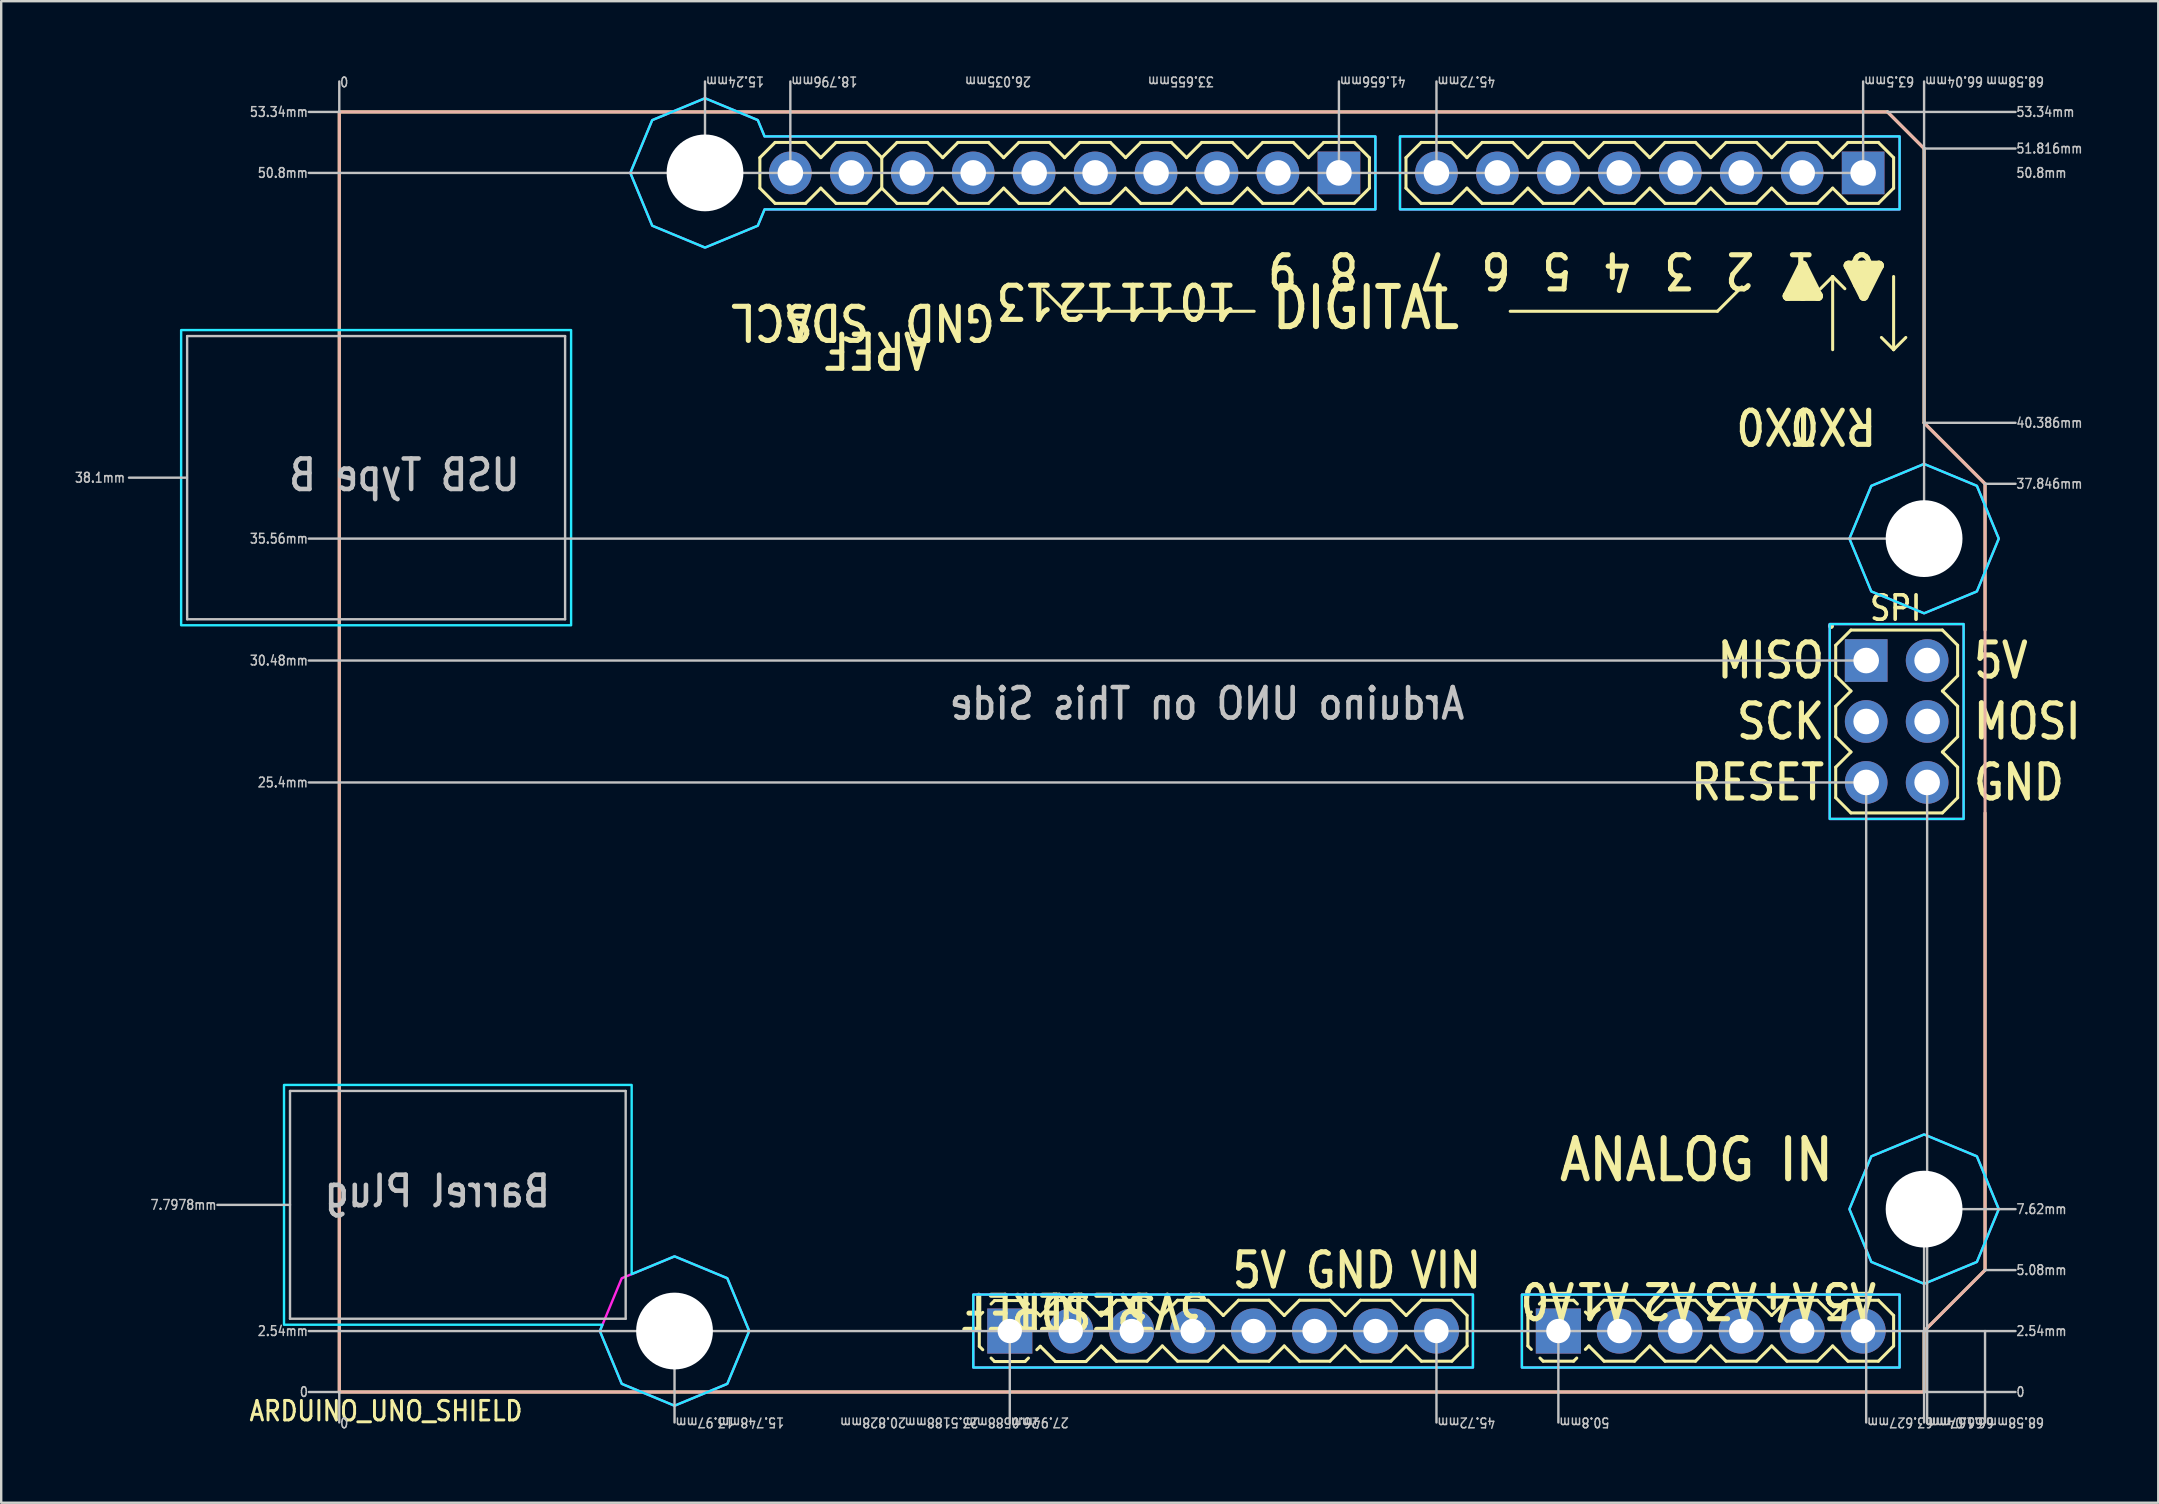
<source format=kicad_pcb>
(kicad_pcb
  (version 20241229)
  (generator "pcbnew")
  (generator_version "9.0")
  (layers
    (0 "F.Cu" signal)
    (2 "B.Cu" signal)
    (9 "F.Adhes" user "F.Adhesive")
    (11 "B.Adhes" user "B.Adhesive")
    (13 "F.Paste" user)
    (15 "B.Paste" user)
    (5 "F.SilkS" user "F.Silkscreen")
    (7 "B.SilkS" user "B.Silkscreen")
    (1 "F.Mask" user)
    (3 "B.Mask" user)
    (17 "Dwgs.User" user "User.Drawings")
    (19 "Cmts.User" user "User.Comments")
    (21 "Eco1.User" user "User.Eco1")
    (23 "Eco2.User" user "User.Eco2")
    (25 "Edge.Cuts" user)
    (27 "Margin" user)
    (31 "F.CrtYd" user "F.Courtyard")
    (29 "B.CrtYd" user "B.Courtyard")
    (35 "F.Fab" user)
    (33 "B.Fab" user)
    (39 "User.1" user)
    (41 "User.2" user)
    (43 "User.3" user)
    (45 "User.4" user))
  (footprint "ARDUINO_UNO_SHIELD"
    (layer "F.Cu")
    (at 11.088 54.955)
    (property "Reference" "ARDUINO_UNO_SHIELD" (at -3.81 1.27 0) (unlocked yes) (layer "F.SilkS") (effects (font (size 0.813 0.695) (thickness 0.122)) (justify left bottom)))
    (fp_circle (center 13.97 -2.54) (end 16.82 -2.54) (stroke (width 0) (type solid)) (fill yes) (layer "F.Mask"))
    (fp_circle (center 13.97 -2.54) (end 16.82 -2.54) (stroke (width 0) (type solid)) (fill yes) (layer "F.Mask"))
    (fp_circle (center 15.24 -50.8) (end 18.09 -50.8) (stroke (width 0) (type solid)) (fill yes) (layer "F.Mask"))
    (fp_circle (center 15.24 -50.8) (end 18.09 -50.8) (stroke (width 0) (type solid)) (fill yes) (layer "F.Mask"))
    (fp_circle (center 66.04 -35.56) (end 68.89 -35.56) (stroke (width 0) (type solid)) (fill yes) (layer "F.Mask"))
    (fp_circle (center 66.04 -35.56) (end 68.89 -35.56) (stroke (width 0) (type solid)) (fill yes) (layer "F.Mask"))
    (fp_circle (center 66.04 -7.62) (end 68.89 -7.62) (stroke (width 0) (type solid)) (fill yes) (layer "F.Mask"))
    (fp_circle (center 66.04 -7.62) (end 68.89 -7.62) (stroke (width 0) (type solid)) (fill yes) (layer "F.Mask"))
    (fp_circle (center 13.97 -2.54) (end 16.82 -2.54) (stroke (width 0) (type solid)) (fill yes) (layer "B.Mask"))
    (fp_circle (center 15.24 -50.8) (end 18.09 -50.8) (stroke (width 0) (type solid)) (fill yes) (layer "B.Mask"))
    (fp_circle (center 66.04 -35.56) (end 68.89 -35.56) (stroke (width 0) (type solid)) (fill yes) (layer "B.Mask"))
    (fp_circle (center 66.04 -7.62) (end 68.89 -7.62) (stroke (width 0) (type solid)) (fill yes) (layer "B.Mask"))
    (fp_line (start 0 -53.34) (end 64.516 -53.34) (stroke (width 0.127) (type solid)) (layer "F.SilkS"))
    (fp_line (start 0 0) (end 0 -53.34) (stroke (width 0.127) (type solid)) (layer "F.SilkS"))
    (fp_line (start 17.526 -51.435) (end 17.526 -50.165) (stroke (width 0.127) (type solid)) (layer "F.SilkS"))
    (fp_line (start 17.526 -50.165) (end 18.161 -49.53) (stroke (width 0.127) (type solid)) (layer "F.SilkS"))
    (fp_line (start 18.161 -52.07) (end 17.526 -51.435) (stroke (width 0.127) (type solid)) (layer "F.SilkS"))
    (fp_line (start 18.161 -49.53) (end 19.431 -49.53) (stroke (width 0.127) (type solid)) (layer "F.SilkS"))
    (fp_line (start 19.431 -52.07) (end 18.161 -52.07) (stroke (width 0.127) (type solid)) (layer "F.SilkS"))
    (fp_line (start 19.431 -49.53) (end 20.066 -50.165) (stroke (width 0.127) (type solid)) (layer "F.SilkS"))
    (fp_line (start 20.066 -51.435) (end 19.431 -52.07) (stroke (width 0.127) (type solid)) (layer "F.SilkS"))
    (fp_line (start 20.066 -50.165) (end 20.701 -49.53) (stroke (width 0.127) (type solid)) (layer "F.SilkS"))
    (fp_line (start 20.701 -52.07) (end 20.066 -51.435) (stroke (width 0.127) (type solid)) (layer "F.SilkS"))
    (fp_line (start 20.701 -49.53) (end 21.971 -49.53) (stroke (width 0.127) (type solid)) (layer "F.SilkS"))
    (fp_line (start 21.971 -52.07) (end 20.701 -52.07) (stroke (width 0.127) (type solid)) (layer "F.SilkS"))
    (fp_line (start 21.971 -49.53) (end 22.606 -50.165) (stroke (width 0.127) (type solid)) (layer "F.SilkS"))
    (fp_line (start 22.606 -51.435) (end 21.971 -52.07) (stroke (width 0.127) (type solid)) (layer "F.SilkS"))
    (fp_line (start 22.606 -51.435) (end 22.606 -50.165) (stroke (width 0.127) (type solid)) (layer "F.SilkS"))
    (fp_line (start 22.606 -50.165) (end 23.241 -49.53) (stroke (width 0.127) (type solid)) (layer "F.SilkS"))
    (fp_line (start 23.241 -52.07) (end 22.606 -51.435) (stroke (width 0.127) (type solid)) (layer "F.SilkS"))
    (fp_line (start 23.241 -49.53) (end 24.511 -49.53) (stroke (width 0.127) (type solid)) (layer "F.SilkS"))
    (fp_line (start 24.511 -52.07) (end 23.241 -52.07) (stroke (width 0.127) (type solid)) (layer "F.SilkS"))
    (fp_line (start 24.511 -49.53) (end 25.146 -50.165) (stroke (width 0.127) (type solid)) (layer "F.SilkS"))
    (fp_line (start 25.146 -51.435) (end 24.511 -52.07) (stroke (width 0.127) (type solid)) (layer "F.SilkS"))
    (fp_line (start 25.146 -50.165) (end 25.781 -49.53) (stroke (width 0.127) (type solid)) (layer "F.SilkS"))
    (fp_line (start 25.781 -52.07) (end 25.146 -51.435) (stroke (width 0.127) (type solid)) (layer "F.SilkS"))
    (fp_line (start 25.781 -49.53) (end 27.051 -49.53) (stroke (width 0.127) (type solid)) (layer "F.SilkS"))
    (fp_line (start 26.67 -3.175) (end 26.67 -1.905) (stroke (width 0.127) (type solid)) (layer "F.SilkS"))
    (fp_line (start 26.67 -1.905) (end 26.814 -1.761) (stroke (width 0.127) (type solid)) (layer "F.SilkS"))
    (fp_line (start 26.814 -3.319) (end 26.67 -3.175) (stroke (width 0.127) (type solid)) (layer "F.SilkS"))
    (fp_line (start 27.051 -52.07) (end 25.781 -52.07) (stroke (width 0.127) (type solid)) (layer "F.SilkS"))
    (fp_line (start 27.051 -49.53) (end 27.686 -50.165) (stroke (width 0.127) (type solid)) (layer "F.SilkS"))
    (fp_line (start 27.161 -1.414) (end 27.305 -1.27) (stroke (width 0.127) (type solid)) (layer "F.SilkS"))
    (fp_line (start 27.305 -3.81) (end 27.161 -3.666) (stroke (width 0.127) (type solid)) (layer "F.SilkS"))
    (fp_line (start 27.305 -3.81) (end 28.575 -3.81) (stroke (width 0.127) (type solid)) (layer "F.SilkS"))
    (fp_line (start 27.686 -51.435) (end 27.051 -52.07) (stroke (width 0.127) (type solid)) (layer "F.SilkS"))
    (fp_line (start 27.686 -50.165) (end 28.321 -49.53) (stroke (width 0.127) (type solid)) (layer "F.SilkS"))
    (fp_line (start 28.321 -52.07) (end 27.686 -51.435) (stroke (width 0.127) (type solid)) (layer "F.SilkS"))
    (fp_line (start 28.321 -49.53) (end 29.591 -49.53) (stroke (width 0.127) (type solid)) (layer "F.SilkS"))
    (fp_line (start 28.575 -3.81) (end 28.719 -3.666) (stroke (width 0.127) (type solid)) (layer "F.SilkS"))
    (fp_line (start 28.575 -1.27) (end 27.305 -1.27) (stroke (width 0.127) (type solid)) (layer "F.SilkS"))
    (fp_line (start 28.719 -1.414) (end 28.575 -1.27) (stroke (width 0.127) (type solid)) (layer "F.SilkS"))
    (fp_line (start 29.066 -3.319) (end 29.21 -3.175) (stroke (width 0.127) (type solid)) (layer "F.SilkS"))
    (fp_line (start 29.21 -3.175) (end 29.845 -3.81) (stroke (width 0.127) (type solid)) (layer "F.SilkS"))
    (fp_line (start 29.21 -1.905) (end 29.066 -1.761) (stroke (width 0.127) (type solid)) (layer "F.SilkS"))
    (fp_line (start 29.591 -52.07) (end 28.321 -52.07) (stroke (width 0.127) (type solid)) (layer "F.SilkS"))
    (fp_line (start 29.591 -49.53) (end 30.226 -50.165) (stroke (width 0.127) (type solid)) (layer "F.SilkS"))
    (fp_line (start 29.845 -3.81) (end 31.115 -3.81) (stroke (width 0.127) (type solid)) (layer "F.SilkS"))
    (fp_line (start 29.845 -1.27) (end 29.21 -1.905) (stroke (width 0.127) (type solid)) (layer "F.SilkS"))
    (fp_line (start 30.226 -51.435) (end 29.591 -52.07) (stroke (width 0.127) (type solid)) (layer "F.SilkS"))
    (fp_line (start 30.226 -50.165) (end 30.861 -49.53) (stroke (width 0.127) (type solid)) (layer "F.SilkS"))
    (fp_line (start 30.251 -45.034) (end 29.362 -45.923) (stroke (width 0.127) (type solid)) (layer "F.SilkS"))
    (fp_line (start 30.861 -52.07) (end 30.226 -51.435) (stroke (width 0.127) (type solid)) (layer "F.SilkS"))
    (fp_line (start 30.861 -49.53) (end 32.131 -49.53) (stroke (width 0.127) (type solid)) (layer "F.SilkS"))
    (fp_line (start 31.115 -3.81) (end 31.75 -3.175) (stroke (width 0.127) (type solid)) (layer "F.SilkS"))
    (fp_line (start 31.115 -1.27) (end 29.845 -1.27) (stroke (width 0.127) (type solid)) (layer "F.SilkS"))
    (fp_line (start 31.75 -3.175) (end 32.385 -3.81) (stroke (width 0.127) (type solid)) (layer "F.SilkS"))
    (fp_line (start 31.75 -1.905) (end 31.115 -1.27) (stroke (width 0.127) (type solid)) (layer "F.SilkS"))
    (fp_line (start 31.757 -1.918) (end 32.392 -1.283) (stroke (width 0.127) (type solid)) (layer "F.SilkS"))
    (fp_line (start 32.131 -52.07) (end 30.861 -52.07) (stroke (width 0.127) (type solid)) (layer "F.SilkS"))
    (fp_line (start 32.131 -49.53) (end 32.766 -50.165) (stroke (width 0.127) (type solid)) (layer "F.SilkS"))
    (fp_line (start 32.385 -1.27) (end 31.75 -1.905) (stroke (width 0.127) (type solid)) (layer "F.SilkS"))
    (fp_line (start 32.392 -3.823) (end 31.757 -3.188) (stroke (width 0.127) (type solid)) (layer "F.SilkS"))
    (fp_line (start 32.392 -3.823) (end 33.662 -3.823) (stroke (width 0.127) (type solid)) (layer "F.SilkS"))
    (fp_line (start 32.766 -51.435) (end 32.131 -52.07) (stroke (width 0.127) (type solid)) (layer "F.SilkS"))
    (fp_line (start 32.766 -50.165) (end 33.401 -49.53) (stroke (width 0.127) (type solid)) (layer "F.SilkS"))
    (fp_line (start 33.401 -52.07) (end 32.766 -51.435) (stroke (width 0.127) (type solid)) (layer "F.SilkS"))
    (fp_line (start 33.401 -49.53) (end 34.671 -49.53) (stroke (width 0.127) (type solid)) (layer "F.SilkS"))
    (fp_line (start 33.662 -3.823) (end 34.297 -3.188) (stroke (width 0.127) (type solid)) (layer "F.SilkS"))
    (fp_line (start 33.662 -1.283) (end 32.392 -1.283) (stroke (width 0.127) (type solid)) (layer "F.SilkS"))
    (fp_line (start 34.297 -3.188) (end 34.932 -3.823) (stroke (width 0.127) (type solid)) (layer "F.SilkS"))
    (fp_line (start 34.297 -1.918) (end 33.662 -1.283) (stroke (width 0.127) (type solid)) (layer "F.SilkS"))
    (fp_line (start 34.671 -52.07) (end 33.401 -52.07) (stroke (width 0.127) (type solid)) (layer "F.SilkS"))
    (fp_line (start 34.671 -49.53) (end 35.306 -50.165) (stroke (width 0.127) (type solid)) (layer "F.SilkS"))
    (fp_line (start 34.932 -3.823) (end 36.202 -3.823) (stroke (width 0.127) (type solid)) (layer "F.SilkS"))
    (fp_line (start 34.932 -1.283) (end 34.297 -1.918) (stroke (width 0.127) (type solid)) (layer "F.SilkS"))
    (fp_line (start 35.306 -51.435) (end 34.671 -52.07) (stroke (width 0.127) (type solid)) (layer "F.SilkS"))
    (fp_line (start 35.306 -50.165) (end 35.941 -49.53) (stroke (width 0.127) (type solid)) (layer "F.SilkS"))
    (fp_line (start 35.941 -52.07) (end 35.306 -51.435) (stroke (width 0.127) (type solid)) (layer "F.SilkS"))
    (fp_line (start 35.941 -49.53) (end 37.211 -49.53) (stroke (width 0.127) (type solid)) (layer "F.SilkS"))
    (fp_line (start 36.202 -3.823) (end 36.837 -3.188) (stroke (width 0.127) (type solid)) (layer "F.SilkS"))
    (fp_line (start 36.202 -1.283) (end 34.932 -1.283) (stroke (width 0.127) (type solid)) (layer "F.SilkS"))
    (fp_line (start 36.837 -3.188) (end 37.472 -3.823) (stroke (width 0.127) (type solid)) (layer "F.SilkS"))
    (fp_line (start 36.837 -1.918) (end 36.202 -1.283) (stroke (width 0.127) (type solid)) (layer "F.SilkS"))
    (fp_line (start 37.211 -52.07) (end 35.941 -52.07) (stroke (width 0.127) (type solid)) (layer "F.SilkS"))
    (fp_line (start 37.211 -49.53) (end 37.846 -50.165) (stroke (width 0.127) (type solid)) (layer "F.SilkS"))
    (fp_line (start 37.472 -3.823) (end 38.742 -3.823) (stroke (width 0.127) (type solid)) (layer "F.SilkS"))
    (fp_line (start 37.472 -1.283) (end 36.837 -1.918) (stroke (width 0.127) (type solid)) (layer "F.SilkS"))
    (fp_line (start 37.846 -51.435) (end 37.211 -52.07) (stroke (width 0.127) (type solid)) (layer "F.SilkS"))
    (fp_line (start 37.846 -50.165) (end 38.481 -49.53) (stroke (width 0.127) (type solid)) (layer "F.SilkS"))
    (fp_line (start 38.125 -45.034) (end 30.251 -45.034) (stroke (width 0.127) (type solid)) (layer "F.SilkS"))
    (fp_line (start 38.481 -52.07) (end 37.846 -51.435) (stroke (width 0.127) (type solid)) (layer "F.SilkS"))
    (fp_line (start 38.481 -49.53) (end 39.751 -49.53) (stroke (width 0.127) (type solid)) (layer "F.SilkS"))
    (fp_line (start 38.742 -3.823) (end 39.377 -3.188) (stroke (width 0.127) (type solid)) (layer "F.SilkS"))
    (fp_line (start 38.742 -1.283) (end 37.472 -1.283) (stroke (width 0.127) (type solid)) (layer "F.SilkS"))
    (fp_line (start 39.377 -1.918) (end 38.742 -1.283) (stroke (width 0.127) (type solid)) (layer "F.SilkS"))
    (fp_line (start 39.377 -1.918) (end 40.012 -1.283) (stroke (width 0.127) (type solid)) (layer "F.SilkS"))
    (fp_line (start 39.751 -52.07) (end 38.481 -52.07) (stroke (width 0.127) (type solid)) (layer "F.SilkS"))
    (fp_line (start 39.751 -49.53) (end 40.386 -50.165) (stroke (width 0.127) (type solid)) (layer "F.SilkS"))
    (fp_line (start 40.012 -3.823) (end 39.377 -3.188) (stroke (width 0.127) (type solid)) (layer "F.SilkS"))
    (fp_line (start 40.012 -3.823) (end 41.282 -3.823) (stroke (width 0.127) (type solid)) (layer "F.SilkS"))
    (fp_line (start 40.386 -51.435) (end 39.751 -52.07) (stroke (width 0.127) (type solid)) (layer "F.SilkS"))
    (fp_line (start 40.386 -50.165) (end 41.021 -49.53) (stroke (width 0.127) (type solid)) (layer "F.SilkS"))
    (fp_line (start 41.021 -52.07) (end 40.386 -51.435) (stroke (width 0.127) (type solid)) (layer "F.SilkS"))
    (fp_line (start 41.021 -49.53) (end 42.291 -49.53) (stroke (width 0.127) (type solid)) (layer "F.SilkS"))
    (fp_line (start 41.282 -3.823) (end 41.917 -3.188) (stroke (width 0.127) (type solid)) (layer "F.SilkS"))
    (fp_line (start 41.282 -1.283) (end 40.012 -1.283) (stroke (width 0.127) (type solid)) (layer "F.SilkS"))
    (fp_line (start 41.917 -3.188) (end 42.552 -3.823) (stroke (width 0.127) (type solid)) (layer "F.SilkS"))
    (fp_line (start 41.917 -1.918) (end 41.282 -1.283) (stroke (width 0.127) (type solid)) (layer "F.SilkS"))
    (fp_line (start 42.291 -52.07) (end 41.021 -52.07) (stroke (width 0.127) (type solid)) (layer "F.SilkS"))
    (fp_line (start 42.291 -49.53) (end 42.926 -50.165) (stroke (width 0.127) (type solid)) (layer "F.SilkS"))
    (fp_line (start 42.552 -3.823) (end 43.822 -3.823) (stroke (width 0.127) (type solid)) (layer "F.SilkS"))
    (fp_line (start 42.552 -1.283) (end 41.917 -1.918) (stroke (width 0.127) (type solid)) (layer "F.SilkS"))
    (fp_line (start 42.926 -51.435) (end 42.291 -52.07) (stroke (width 0.127) (type solid)) (layer "F.SilkS"))
    (fp_line (start 42.926 -50.165) (end 42.926 -51.435) (stroke (width 0.127) (type solid)) (layer "F.SilkS"))
    (fp_line (start 43.822 -3.823) (end 44.457 -3.188) (stroke (width 0.127) (type solid)) (layer "F.SilkS"))
    (fp_line (start 43.822 -1.283) (end 42.552 -1.283) (stroke (width 0.127) (type solid)) (layer "F.SilkS"))
    (fp_line (start 44.45 -51.435) (end 44.45 -50.165) (stroke (width 0.127) (type solid)) (layer "F.SilkS"))
    (fp_line (start 44.45 -50.165) (end 45.085 -49.53) (stroke (width 0.127) (type solid)) (layer "F.SilkS"))
    (fp_line (start 44.457 -3.188) (end 45.092 -3.823) (stroke (width 0.127) (type solid)) (layer "F.SilkS"))
    (fp_line (start 44.457 -1.918) (end 43.822 -1.283) (stroke (width 0.127) (type solid)) (layer "F.SilkS"))
    (fp_line (start 45.085 -52.07) (end 44.45 -51.435) (stroke (width 0.127) (type solid)) (layer "F.SilkS"))
    (fp_line (start 45.085 -49.53) (end 46.355 -49.53) (stroke (width 0.127) (type solid)) (layer "F.SilkS"))
    (fp_line (start 45.092 -3.823) (end 46.362 -3.823) (stroke (width 0.127) (type solid)) (layer "F.SilkS"))
    (fp_line (start 45.092 -1.283) (end 44.457 -1.918) (stroke (width 0.127) (type solid)) (layer "F.SilkS"))
    (fp_line (start 46.355 -52.07) (end 45.085 -52.07) (stroke (width 0.127) (type solid)) (layer "F.SilkS"))
    (fp_line (start 46.355 -49.53) (end 46.99 -50.165) (stroke (width 0.127) (type solid)) (layer "F.SilkS"))
    (fp_line (start 46.362 -3.823) (end 46.997 -3.188) (stroke (width 0.127) (type solid)) (layer "F.SilkS"))
    (fp_line (start 46.362 -1.283) (end 45.092 -1.283) (stroke (width 0.127) (type solid)) (layer "F.SilkS"))
    (fp_line (start 46.99 -51.435) (end 46.355 -52.07) (stroke (width 0.127) (type solid)) (layer "F.SilkS"))
    (fp_line (start 46.99 -50.165) (end 47.625 -49.53) (stroke (width 0.127) (type solid)) (layer "F.SilkS"))
    (fp_line (start 46.997 -3.188) (end 46.997 -1.918) (stroke (width 0.127) (type solid)) (layer "F.SilkS"))
    (fp_line (start 46.997 -1.918) (end 46.362 -1.283) (stroke (width 0.127) (type solid)) (layer "F.SilkS"))
    (fp_line (start 47.625 -52.07) (end 46.99 -51.435) (stroke (width 0.127) (type solid)) (layer "F.SilkS"))
    (fp_line (start 47.625 -49.53) (end 48.895 -49.53) (stroke (width 0.127) (type solid)) (layer "F.SilkS"))
    (fp_line (start 48.793 -45.034) (end 57.429 -45.034) (stroke (width 0.127) (type solid)) (layer "F.SilkS"))
    (fp_line (start 48.895 -52.07) (end 47.625 -52.07) (stroke (width 0.127) (type solid)) (layer "F.SilkS"))
    (fp_line (start 48.895 -49.53) (end 49.53 -50.165) (stroke (width 0.127) (type solid)) (layer "F.SilkS"))
    (fp_line (start 49.53 -51.435) (end 48.895 -52.07) (stroke (width 0.127) (type solid)) (layer "F.SilkS"))
    (fp_line (start 49.53 -50.165) (end 50.165 -49.53) (stroke (width 0.127) (type solid)) (layer "F.SilkS"))
    (fp_line (start 49.53 -3.188) (end 49.53 -1.918) (stroke (width 0.127) (type solid)) (layer "F.SilkS"))
    (fp_line (start 49.53 -1.918) (end 49.674 -1.774) (stroke (width 0.127) (type solid)) (layer "F.SilkS"))
    (fp_line (start 49.674 -3.332) (end 49.53 -3.188) (stroke (width 0.127) (type solid)) (layer "F.SilkS"))
    (fp_line (start 50.034 -1.414) (end 50.165 -1.283) (stroke (width 0.127) (type solid)) (layer "F.SilkS"))
    (fp_line (start 50.165 -52.07) (end 49.53 -51.435) (stroke (width 0.127) (type solid)) (layer "F.SilkS"))
    (fp_line (start 50.165 -49.53) (end 51.435 -49.53) (stroke (width 0.127) (type solid)) (layer "F.SilkS"))
    (fp_line (start 50.165 -3.823) (end 50.008 -3.666) (stroke (width 0.127) (type solid)) (layer "F.SilkS"))
    (fp_line (start 50.165 -3.823) (end 51.435 -3.823) (stroke (width 0.127) (type solid)) (layer "F.SilkS"))
    (fp_line (start 51.435 -52.07) (end 50.165 -52.07) (stroke (width 0.127) (type solid)) (layer "F.SilkS"))
    (fp_line (start 51.435 -49.53) (end 52.07 -50.165) (stroke (width 0.127) (type solid)) (layer "F.SilkS"))
    (fp_line (start 51.435 -3.823) (end 51.592 -3.666) (stroke (width 0.127) (type solid)) (layer "F.SilkS"))
    (fp_line (start 51.435 -1.283) (end 50.165 -1.283) (stroke (width 0.127) (type solid)) (layer "F.SilkS"))
    (fp_line (start 51.566 -1.414) (end 51.435 -1.283) (stroke (width 0.127) (type solid)) (layer "F.SilkS"))
    (fp_line (start 51.926 -3.332) (end 52.07 -3.188) (stroke (width 0.127) (type solid)) (layer "F.SilkS"))
    (fp_line (start 52.07 -51.435) (end 51.435 -52.07) (stroke (width 0.127) (type solid)) (layer "F.SilkS"))
    (fp_line (start 52.07 -50.165) (end 52.705 -49.53) (stroke (width 0.127) (type solid)) (layer "F.SilkS"))
    (fp_line (start 52.07 -3.188) (end 52.705 -3.823) (stroke (width 0.127) (type solid)) (layer "F.SilkS"))
    (fp_line (start 52.07 -1.918) (end 51.926 -1.774) (stroke (width 0.127) (type solid)) (layer "F.SilkS"))
    (fp_line (start 52.705 -52.07) (end 52.07 -51.435) (stroke (width 0.127) (type solid)) (layer "F.SilkS"))
    (fp_line (start 52.705 -49.53) (end 53.975 -49.53) (stroke (width 0.127) (type solid)) (layer "F.SilkS"))
    (fp_line (start 52.705 -3.823) (end 53.975 -3.823) (stroke (width 0.127) (type solid)) (layer "F.SilkS"))
    (fp_line (start 52.705 -1.283) (end 52.07 -1.918) (stroke (width 0.127) (type solid)) (layer "F.SilkS"))
    (fp_line (start 53.975 -52.07) (end 52.705 -52.07) (stroke (width 0.127) (type solid)) (layer "F.SilkS"))
    (fp_line (start 53.975 -49.53) (end 54.61 -50.165) (stroke (width 0.127) (type solid)) (layer "F.SilkS"))
    (fp_line (start 53.975 -3.823) (end 54.61 -3.188) (stroke (width 0.127) (type solid)) (layer "F.SilkS"))
    (fp_line (start 53.975 -1.283) (end 52.705 -1.283) (stroke (width 0.127) (type solid)) (layer "F.SilkS"))
    (fp_line (start 54.61 -51.435) (end 53.975 -52.07) (stroke (width 0.127) (type solid)) (layer "F.SilkS"))
    (fp_line (start 54.61 -50.165) (end 55.245 -49.53) (stroke (width 0.127) (type solid)) (layer "F.SilkS"))
    (fp_line (start 54.61 -3.188) (end 55.245 -3.823) (stroke (width 0.127) (type solid)) (layer "F.SilkS"))
    (fp_line (start 54.61 -1.918) (end 53.975 -1.283) (stroke (width 0.127) (type solid)) (layer "F.SilkS"))
    (fp_line (start 55.245 -52.07) (end 54.61 -51.435) (stroke (width 0.127) (type solid)) (layer "F.SilkS"))
    (fp_line (start 55.245 -49.53) (end 56.515 -49.53) (stroke (width 0.127) (type solid)) (layer "F.SilkS"))
    (fp_line (start 55.245 -3.823) (end 56.515 -3.823) (stroke (width 0.127) (type solid)) (layer "F.SilkS"))
    (fp_line (start 55.245 -1.283) (end 54.61 -1.918) (stroke (width 0.127) (type solid)) (layer "F.SilkS"))
    (fp_line (start 56.515 -52.07) (end 55.245 -52.07) (stroke (width 0.127) (type solid)) (layer "F.SilkS"))
    (fp_line (start 56.515 -49.53) (end 57.15 -50.165) (stroke (width 0.127) (type solid)) (layer "F.SilkS"))
    (fp_line (start 56.515 -3.823) (end 57.15 -3.188) (stroke (width 0.127) (type solid)) (layer "F.SilkS"))
    (fp_line (start 56.515 -1.283) (end 55.245 -1.283) (stroke (width 0.127) (type solid)) (layer "F.SilkS"))
    (fp_line (start 57.15 -51.435) (end 56.515 -52.07) (stroke (width 0.127) (type solid)) (layer "F.SilkS"))
    (fp_line (start 57.15 -50.165) (end 57.785 -49.53) (stroke (width 0.127) (type solid)) (layer "F.SilkS"))
    (fp_line (start 57.15 -1.918) (end 56.515 -1.283) (stroke (width 0.127) (type solid)) (layer "F.SilkS"))
    (fp_line (start 57.15 -1.918) (end 57.785 -1.283) (stroke (width 0.127) (type solid)) (layer "F.SilkS"))
    (fp_line (start 57.429 -45.034) (end 58.445 -46.05) (stroke (width 0.127) (type solid)) (layer "F.SilkS"))
    (fp_line (start 57.785 -52.07) (end 57.15 -51.435) (stroke (width 0.127) (type solid)) (layer "F.SilkS"))
    (fp_line (start 57.785 -49.53) (end 59.055 -49.53) (stroke (width 0.127) (type solid)) (layer "F.SilkS"))
    (fp_line (start 57.785 -3.823) (end 57.15 -3.188) (stroke (width 0.127) (type solid)) (layer "F.SilkS"))
    (fp_line (start 57.785 -3.823) (end 59.055 -3.823) (stroke (width 0.127) (type solid)) (layer "F.SilkS"))
    (fp_line (start 59.055 -52.07) (end 57.785 -52.07) (stroke (width 0.127) (type solid)) (layer "F.SilkS"))
    (fp_line (start 59.055 -49.53) (end 59.69 -50.165) (stroke (width 0.127) (type solid)) (layer "F.SilkS"))
    (fp_line (start 59.055 -3.823) (end 59.69 -3.188) (stroke (width 0.127) (type solid)) (layer "F.SilkS"))
    (fp_line (start 59.055 -1.283) (end 57.785 -1.283) (stroke (width 0.127) (type solid)) (layer "F.SilkS"))
    (fp_line (start 59.69 -51.435) (end 59.055 -52.07) (stroke (width 0.127) (type solid)) (layer "F.SilkS"))
    (fp_line (start 59.69 -50.165) (end 60.325 -49.53) (stroke (width 0.127) (type solid)) (layer "F.SilkS"))
    (fp_line (start 59.69 -3.188) (end 60.325 -3.823) (stroke (width 0.127) (type solid)) (layer "F.SilkS"))
    (fp_line (start 59.69 -1.918) (end 59.055 -1.283) (stroke (width 0.127) (type solid)) (layer "F.SilkS"))
    (fp_line (start 60.325 -52.07) (end 59.69 -51.435) (stroke (width 0.127) (type solid)) (layer "F.SilkS"))
    (fp_line (start 60.325 -49.53) (end 61.595 -49.53) (stroke (width 0.127) (type solid)) (layer "F.SilkS"))
    (fp_line (start 60.325 -3.823) (end 61.595 -3.823) (stroke (width 0.127) (type solid)) (layer "F.SilkS"))
    (fp_line (start 60.325 -1.283) (end 59.69 -1.918) (stroke (width 0.127) (type solid)) (layer "F.SilkS"))
    (fp_line (start 60.35 -45.669) (end 60.985 -46.939) (stroke (width 0.406) (type solid)) (layer "F.SilkS"))
    (fp_line (start 60.35 -45.669) (end 60.985 -46.304) (stroke (width 0.406) (type solid)) (layer "F.SilkS"))
    (fp_line (start 60.985 -46.939) (end 61.62 -45.669) (stroke (width 0.406) (type solid)) (layer "F.SilkS"))
    (fp_line (start 60.985 -46.304) (end 60.985 -45.669) (stroke (width 0.406) (type solid)) (layer "F.SilkS"))
    (fp_line (start 60.985 -45.669) (end 60.35 -45.669) (stroke (width 0.406) (type solid)) (layer "F.SilkS"))
    (fp_line (start 60.985 -45.669) (end 61.62 -45.669) (stroke (width 0.406) (type solid)) (layer "F.SilkS"))
    (fp_line (start 61.595 -52.07) (end 60.325 -52.07) (stroke (width 0.127) (type solid)) (layer "F.SilkS"))
    (fp_line (start 61.595 -49.53) (end 62.23 -50.165) (stroke (width 0.127) (type solid)) (layer "F.SilkS"))
    (fp_line (start 61.595 -3.823) (end 62.23 -3.188) (stroke (width 0.127) (type solid)) (layer "F.SilkS"))
    (fp_line (start 61.595 -1.283) (end 60.325 -1.283) (stroke (width 0.127) (type solid)) (layer "F.SilkS"))
    (fp_line (start 61.62 -45.669) (end 60.985 -46.304) (stroke (width 0.406) (type solid)) (layer "F.SilkS"))
    (fp_line (start 62.23 -51.435) (end 61.595 -52.07) (stroke (width 0.127) (type solid)) (layer "F.SilkS"))
    (fp_line (start 62.23 -50.165) (end 62.865 -49.53) (stroke (width 0.127) (type solid)) (layer "F.SilkS"))
    (fp_line (start 62.23 -46.482) (end 61.722 -45.974) (stroke (width 0.127) (type solid)) (layer "F.SilkS"))
    (fp_line (start 62.23 -46.482) (end 62.738 -45.974) (stroke (width 0.127) (type solid)) (layer "F.SilkS"))
    (fp_line (start 62.23 -43.434) (end 62.23 -46.482) (stroke (width 0.127) (type solid)) (layer "F.SilkS"))
    (fp_line (start 62.23 -3.188) (end 62.865 -3.823) (stroke (width 0.127) (type solid)) (layer "F.SilkS"))
    (fp_line (start 62.23 -1.918) (end 61.595 -1.283) (stroke (width 0.127) (type solid)) (layer "F.SilkS"))
    (fp_line (start 62.357 -31.115) (end 62.357 -29.845) (stroke (width 0.127) (type solid)) (layer "F.SilkS"))
    (fp_line (start 62.357 -29.845) (end 62.992 -29.21) (stroke (width 0.127) (type solid)) (layer "F.SilkS"))
    (fp_line (start 62.357 -28.575) (end 62.357 -27.305) (stroke (width 0.127) (type solid)) (layer "F.SilkS"))
    (fp_line (start 62.357 -27.305) (end 62.992 -26.67) (stroke (width 0.127) (type solid)) (layer "F.SilkS"))
    (fp_line (start 62.357 -26.035) (end 62.357 -24.765) (stroke (width 0.127) (type solid)) (layer "F.SilkS"))
    (fp_line (start 62.357 -24.765) (end 62.992 -24.13) (stroke (width 0.127) (type solid)) (layer "F.SilkS"))
    (fp_line (start 62.865 -52.07) (end 62.23 -51.435) (stroke (width 0.127) (type solid)) (layer "F.SilkS"))
    (fp_line (start 62.865 -49.53) (end 64.135 -49.53) (stroke (width 0.127) (type solid)) (layer "F.SilkS"))
    (fp_line (start 62.865 -3.823) (end 64.135 -3.823) (stroke (width 0.127) (type solid)) (layer "F.SilkS"))
    (fp_line (start 62.865 -1.283) (end 62.23 -1.918) (stroke (width 0.127) (type solid)) (layer "F.SilkS"))
    (fp_line (start 62.89 -46.939) (end 63.525 -46.939) (stroke (width 0.406) (type solid)) (layer "F.SilkS"))
    (fp_line (start 62.89 -46.939) (end 63.525 -46.304) (stroke (width 0.406) (type solid)) (layer "F.SilkS"))
    (fp_line (start 62.992 -31.75) (end 62.357 -31.115) (stroke (width 0.127) (type solid)) (layer "F.SilkS"))
    (fp_line (start 62.992 -29.21) (end 62.357 -28.575) (stroke (width 0.127) (type solid)) (layer "F.SilkS"))
    (fp_line (start 62.992 -26.67) (end 62.357 -26.035) (stroke (width 0.127) (type solid)) (layer "F.SilkS"))
    (fp_line (start 62.992 -24.13) (end 66.802 -24.13) (stroke (width 0.127) (type solid)) (layer "F.SilkS"))
    (fp_line (start 63.525 -46.939) (end 63.525 -46.304) (stroke (width 0.406) (type solid)) (layer "F.SilkS"))
    (fp_line (start 63.525 -46.304) (end 64.16 -46.939) (stroke (width 0.406) (type solid)) (layer "F.SilkS"))
    (fp_line (start 63.525 -45.669) (end 62.89 -46.939) (stroke (width 0.406) (type solid)) (layer "F.SilkS"))
    (fp_line (start 64.135 -52.07) (end 62.865 -52.07) (stroke (width 0.127) (type solid)) (layer "F.SilkS"))
    (fp_line (start 64.135 -49.53) (end 64.77 -50.165) (stroke (width 0.127) (type solid)) (layer "F.SilkS"))
    (fp_line (start 64.135 -3.823) (end 64.77 -3.188) (stroke (width 0.127) (type solid)) (layer "F.SilkS"))
    (fp_line (start 64.135 -1.283) (end 62.865 -1.283) (stroke (width 0.127) (type solid)) (layer "F.SilkS"))
    (fp_line (start 64.16 -46.939) (end 63.525 -46.939) (stroke (width 0.406) (type solid)) (layer "F.SilkS"))
    (fp_line (start 64.16 -46.939) (end 63.525 -45.669) (stroke (width 0.406) (type solid)) (layer "F.SilkS"))
    (fp_line (start 64.516 -53.34) (end 66.04 -51.816) (stroke (width 0.127) (type solid)) (layer "F.SilkS"))
    (fp_line (start 64.77 -51.435) (end 64.135 -52.07) (stroke (width 0.127) (type solid)) (layer "F.SilkS"))
    (fp_line (start 64.77 -50.165) (end 64.77 -51.435) (stroke (width 0.127) (type solid)) (layer "F.SilkS"))
    (fp_line (start 64.77 -46.482) (end 64.77 -43.434) (stroke (width 0.127) (type solid)) (layer "F.SilkS"))
    (fp_line (start 64.77 -43.434) (end 64.262 -43.942) (stroke (width 0.127) (type solid)) (layer "F.SilkS"))
    (fp_line (start 64.77 -43.434) (end 65.278 -43.942) (stroke (width 0.127) (type solid)) (layer "F.SilkS"))
    (fp_line (start 64.77 -3.188) (end 64.77 -1.918) (stroke (width 0.127) (type solid)) (layer "F.SilkS"))
    (fp_line (start 64.77 -1.918) (end 64.135 -1.283) (stroke (width 0.127) (type solid)) (layer "F.SilkS"))
    (fp_line (start 66.04 -51.816) (end 66.04 -40.386) (stroke (width 0.127) (type solid)) (layer "F.SilkS"))
    (fp_line (start 66.04 -40.386) (end 68.58 -37.846) (stroke (width 0.127) (type solid)) (layer "F.SilkS"))
    (fp_line (start 66.04 -2.54) (end 66.04 0) (stroke (width 0.127) (type solid)) (layer "F.SilkS"))
    (fp_line (start 66.04 0) (end 0 0) (stroke (width 0.127) (type solid)) (layer "F.SilkS"))
    (fp_line (start 66.802 -31.75) (end 62.992 -31.75) (stroke (width 0.127) (type solid)) (layer "F.SilkS"))
    (fp_line (start 66.802 -29.21) (end 67.437 -29.845) (stroke (width 0.127) (type solid)) (layer "F.SilkS"))
    (fp_line (start 66.802 -26.67) (end 67.437 -27.305) (stroke (width 0.127) (type solid)) (layer "F.SilkS"))
    (fp_line (start 66.802 -24.13) (end 67.437 -24.765) (stroke (width 0.127) (type solid)) (layer "F.SilkS"))
    (fp_line (start 67.437 -31.115) (end 66.802 -31.75) (stroke (width 0.127) (type solid)) (layer "F.SilkS"))
    (fp_line (start 67.437 -29.845) (end 67.437 -31.115) (stroke (width 0.127) (type solid)) (layer "F.SilkS"))
    (fp_line (start 67.437 -28.575) (end 66.802 -29.21) (stroke (width 0.127) (type solid)) (layer "F.SilkS"))
    (fp_line (start 67.437 -27.305) (end 67.437 -28.575) (stroke (width 0.127) (type solid)) (layer "F.SilkS"))
    (fp_line (start 67.437 -26.035) (end 66.802 -26.67) (stroke (width 0.127) (type solid)) (layer "F.SilkS"))
    (fp_line (start 67.437 -24.765) (end 67.437 -26.035) (stroke (width 0.127) (type solid)) (layer "F.SilkS"))
    (fp_line (start 68.58 -37.846) (end 68.58 -31.75) (stroke (width 0.127) (type solid)) (layer "F.SilkS"))
    (fp_line (start 68.58 -24.13) (end 68.58 -5.08) (stroke (width 0.127) (type solid)) (layer "F.SilkS"))
    (fp_line (start 68.58 -5.08) (end 66.04 -2.54) (stroke (width 0.127) (type solid)) (layer "F.SilkS"))
    (fp_circle (center 62.16 -31.92) (end 62.16 -31.92) (stroke (width 0.127) (type solid)) (fill no) (layer "F.SilkS"))
    (fp_line (start 0 -53.34) (end 64.516 -53.34) (stroke (width 0.127) (type solid)) (layer "B.SilkS"))
    (fp_line (start 0 0) (end 0 -53.34) (stroke (width 0.127) (type solid)) (layer "B.SilkS"))
    (fp_line (start 64.516 -53.34) (end 66.04 -51.816) (stroke (width 0.127) (type solid)) (layer "B.SilkS"))
    (fp_line (start 66.04 -51.816) (end 66.04 -40.386) (stroke (width 0.127) (type solid)) (layer "B.SilkS"))
    (fp_line (start 66.04 -40.386) (end 68.58 -37.846) (stroke (width 0.127) (type solid)) (layer "B.SilkS"))
    (fp_line (start 66.04 -2.54) (end 66.04 0) (stroke (width 0.127) (type solid)) (layer "B.SilkS"))
    (fp_line (start 66.04 0) (end 0 0) (stroke (width 0.127) (type solid)) (layer "B.SilkS"))
    (fp_line (start 68.58 -37.846) (end 68.58 -5.08) (stroke (width 0.127) (type solid)) (layer "B.SilkS"))
    (fp_line (start 68.58 -5.08) (end 66.04 -2.54) (stroke (width 0.127) (type solid)) (layer "B.SilkS"))
    (fp_line (start -6.35 -38.1) (end -8.763 -38.1) (stroke (width 0.1) (type solid)) (layer "Dwgs.User"))
    (fp_line (start -6.34 -44) (end -6.34 -32.2) (stroke (width 0.1) (type solid)) (layer "Dwgs.User"))
    (fp_line (start -6.34 -32.2) (end 9.41 -32.2) (stroke (width 0.1) (type solid)) (layer "Dwgs.User"))
    (fp_line (start -2.053 -12.544) (end 11.934 -12.544) (stroke (width 0.1) (type solid)) (layer "Dwgs.User"))
    (fp_line (start -2.053 -7.798) (end -5.08 -7.798) (stroke (width 0.1) (type solid)) (layer "Dwgs.User"))
    (fp_line (start -2.053 -3.052) (end -2.053 -12.544) (stroke (width 0.1) (type solid)) (layer "Dwgs.User"))
    (fp_line (start 0 -53.34) (end -1.27 -53.34) (stroke (width 0.1) (type solid)) (layer "Dwgs.User"))
    (fp_line (start 0 -53.34) (end 0 -54.61) (stroke (width 0.1) (type solid)) (layer "Dwgs.User"))
    (fp_line (start 0 0) (end -1.27 0) (stroke (width 0.1) (type solid)) (layer "Dwgs.User"))
    (fp_line (start 0 0) (end 0 1.27) (stroke (width 0.1) (type solid)) (layer "Dwgs.User"))
    (fp_line (start 9.41 -44) (end -6.34 -44) (stroke (width 0.1) (type solid)) (layer "Dwgs.User"))
    (fp_line (start 9.41 -32.2) (end 9.41 -44) (stroke (width 0.1) (type solid)) (layer "Dwgs.User"))
    (fp_line (start 11.934 -12.544) (end 11.934 -3.052) (stroke (width 0.1) (type solid)) (layer "Dwgs.User"))
    (fp_line (start 11.934 -3.052) (end -2.053 -3.052) (stroke (width 0.1) (type solid)) (layer "Dwgs.User"))
    (fp_line (start 13.97 -2.54) (end -1.27 -2.54) (stroke (width 0.1) (type solid)) (layer "Dwgs.User"))
    (fp_line (start 13.97 -2.54) (end 13.97 1.27) (stroke (width 0.1) (type solid)) (layer "Dwgs.User"))
    (fp_line (start 13.97 -2.54) (end 69.85 -2.54) (stroke (width 0.1) (type solid)) (layer "Dwgs.User"))
    (fp_line (start 15.24 -50.8) (end -1.27 -50.8) (stroke (width 0.1) (type solid)) (layer "Dwgs.User"))
    (fp_line (start 15.24 -50.8) (end 15.24 -54.61) (stroke (width 0.1) (type solid)) (layer "Dwgs.User"))
    (fp_line (start 18.796 -50.8) (end 15.24 -50.8) (stroke (width 0.1) (type solid)) (layer "Dwgs.User"))
    (fp_line (start 18.796 -50.8) (end 18.796 -54.61) (stroke (width 0.1) (type solid)) (layer "Dwgs.User"))
    (fp_line (start 27.94 -2.54) (end 27.94 1.27) (stroke (width 0.1) (type solid)) (layer "Dwgs.User"))
    (fp_line (start 41.656 -50.8) (end 18.796 -50.8) (stroke (width 0.1) (type solid)) (layer "Dwgs.User"))
    (fp_line (start 41.656 -50.8) (end 41.656 -54.61) (stroke (width 0.1) (type solid)) (layer "Dwgs.User"))
    (fp_line (start 45.72 -50.8) (end 41.656 -50.8) (stroke (width 0.1) (type solid)) (layer "Dwgs.User"))
    (fp_line (start 45.72 -50.8) (end 45.72 -54.61) (stroke (width 0.1) (type solid)) (layer "Dwgs.User"))
    (fp_line (start 45.72 -2.54) (end 45.72 1.27) (stroke (width 0.1) (type solid)) (layer "Dwgs.User"))
    (fp_line (start 50.8 -2.54) (end 50.8 1.27) (stroke (width 0.1) (type solid)) (layer "Dwgs.User"))
    (fp_line (start 63.5 -50.8) (end 45.72 -50.8) (stroke (width 0.1) (type solid)) (layer "Dwgs.User"))
    (fp_line (start 63.5 -50.8) (end 63.5 -54.61) (stroke (width 0.1) (type solid)) (layer "Dwgs.User"))
    (fp_line (start 63.5 -30.48) (end -1.27 -30.48) (stroke (width 0.1) (type solid)) (layer "Dwgs.User"))
    (fp_line (start 63.627 -25.4) (end -1.27 -25.4) (stroke (width 0.1) (type solid)) (layer "Dwgs.User"))
    (fp_line (start 63.627 -25.4) (end 63.627 1.27) (stroke (width 0.1) (type solid)) (layer "Dwgs.User"))
    (fp_line (start 64.516 -53.34) (end 69.85 -53.34) (stroke (width 0.1) (type solid)) (layer "Dwgs.User"))
    (fp_line (start 66.04 -51.816) (end 69.85 -51.816) (stroke (width 0.1) (type solid)) (layer "Dwgs.User"))
    (fp_line (start 66.04 -40.386) (end 69.85 -40.386) (stroke (width 0.1) (type solid)) (layer "Dwgs.User"))
    (fp_line (start 66.04 -35.56) (end -1.27 -35.56) (stroke (width 0.1) (type solid)) (layer "Dwgs.User"))
    (fp_line (start 66.04 -35.56) (end 66.04 -54.61) (stroke (width 0.1) (type solid)) (layer "Dwgs.User"))
    (fp_line (start 66.04 -7.62) (end 69.85 -7.62) (stroke (width 0.1) (type solid)) (layer "Dwgs.User"))
    (fp_line (start 66.04 0) (end 69.85 0) (stroke (width 0.1) (type solid)) (layer "Dwgs.User"))
    (fp_line (start 66.04 1.27) (end 66.04 -7.62) (stroke (width 0.1) (type solid)) (layer "Dwgs.User"))
    (fp_line (start 66.167 -25.4) (end 66.167 1.27) (stroke (width 0.1) (type solid)) (layer "Dwgs.User"))
    (fp_line (start 68.58 -37.846) (end 69.85 -37.846) (stroke (width 0.1) (type solid)) (layer "Dwgs.User"))
    (fp_line (start 68.58 -5.08) (end 69.85 -5.08) (stroke (width 0.1) (type solid)) (layer "Dwgs.User"))
    (fp_line (start 68.58 -2.54) (end 68.58 1.27) (stroke (width 0.1) (type solid)) (layer "Dwgs.User"))
    (fp_poly (pts (xy -6.59 -44.25) (xy 9.66 -44.25) (xy 9.66 -31.95) (xy -6.59 -31.95)) (stroke (width 0.1) (type solid)) (fill no) (layer "B.CrtYd"))
    (fp_poly (pts (xy 26.42 -4.06) (xy 47.24 -4.06) (xy 47.24 -1.02) (xy 26.42 -1.02)) (stroke (width 0.1) (type solid)) (fill no) (layer "B.CrtYd"))
    (fp_poly (pts (xy 44.2 -52.32) (xy 65.02 -52.32) (xy 65.02 -49.28) (xy 44.2 -49.28)) (stroke (width 0.1) (type solid)) (fill no) (layer "B.CrtYd"))
    (fp_poly (pts (xy 49.28 -4.06) (xy 65.02 -4.06) (xy 65.02 -1.02) (xy 49.28 -1.02)) (stroke (width 0.1) (type solid)) (fill no) (layer "B.CrtYd"))
    (fp_poly (pts (xy 62.107 -32) (xy 67.687 -32) (xy 67.687 -23.88) (xy 62.107 -23.88)) (stroke (width 0.1) (type solid)) (fill no) (layer "B.CrtYd"))
    (fp_poly (pts (xy 69.152 -35.56) (xy 68.24 -37.76) (xy 66.04 -38.672) (xy 63.84 -37.76) (xy 62.928 -35.56) (xy 63.84 -33.36) (xy 66.04 -32.448) (xy 68.24 -33.36)) (stroke (width 0.1) (type solid)) (fill no) (layer "B.CrtYd"))
    (fp_poly (pts (xy 69.152 -7.62) (xy 68.24 -9.82) (xy 66.04 -10.732) (xy 63.84 -9.82) (xy 62.928 -7.62) (xy 63.84 -5.42) (xy 66.04 -4.508) (xy 68.24 -5.42)) (stroke (width 0.1) (type solid)) (fill no) (layer "B.CrtYd"))
    (fp_poly (pts (xy 17.722 -52.32) (xy 17.44 -53) (xy 15.24 -53.912) (xy 13.04 -53) (xy 12.128 -50.8) (xy 13.04 -48.6) (xy 15.24 -47.688) (xy 17.44 -48.6) (xy 17.722 -49.28) (xy 43.176 -49.28) (xy 43.176 -52.32)) (stroke (width 0.1) (type solid)) (fill no) (layer "B.CrtYd"))
    (fp_poly (pts (xy 17.082 -2.54) (xy 16.17 -4.74) (xy 13.97 -5.652) (xy 12.184 -4.912) (xy 12.184 -12.794) (xy -2.303 -12.794) (xy -2.303 -2.802) (xy 10.967 -2.802) (xy 10.858 -2.54) (xy 11.77 -0.34) (xy 13.97 0.572) (xy 16.17 -0.34)) (stroke (width 0.1) (type solid)) (fill no) (layer "B.CrtYd"))
    (fp_poly (pts (xy 26.42 -4.06) (xy 47.24 -4.06) (xy 47.24 -1.02) (xy 26.42 -1.02)) (stroke (width 0.1) (type solid)) (fill no) (layer "F.CrtYd"))
    (fp_poly (pts (xy 44.2 -52.32) (xy 65.02 -52.32) (xy 65.02 -49.28) (xy 44.2 -49.28)) (stroke (width 0.1) (type solid)) (fill no) (layer "F.CrtYd"))
    (fp_poly (pts (xy 49.28 -4.06) (xy 65.02 -4.06) (xy 65.02 -1.02) (xy 49.28 -1.02)) (stroke (width 0.1) (type solid)) (fill no) (layer "F.CrtYd"))
    (fp_poly (pts (xy 62.107 -32) (xy 67.687 -32) (xy 67.687 -23.88) (xy 62.107 -23.88)) (stroke (width 0.1) (type solid)) (fill no) (layer "F.CrtYd"))
    (fp_poly (pts (xy 17.082 -2.54) (xy 16.17 -4.74) (xy 13.97 -5.652) (xy 11.77 -4.74) (xy 10.858 -2.54) (xy 11.77 -0.34) (xy 13.97 0.572) (xy 16.17 -0.34)) (stroke (width 0.1) (type solid)) (fill no) (layer "F.CrtYd"))
    (fp_poly (pts (xy 69.152 -35.56) (xy 68.24 -37.76) (xy 66.04 -38.672) (xy 63.84 -37.76) (xy 62.928 -35.56) (xy 63.84 -33.36) (xy 66.04 -32.448) (xy 68.24 -33.36)) (stroke (width 0.1) (type solid)) (fill no) (layer "F.CrtYd"))
    (fp_poly (pts (xy 69.152 -7.62) (xy 68.24 -9.82) (xy 66.04 -10.732) (xy 63.84 -9.82) (xy 62.928 -7.62) (xy 63.84 -5.42) (xy 66.04 -4.508) (xy 68.24 -5.42)) (stroke (width 0.1) (type solid)) (fill no) (layer "F.CrtYd"))
    (fp_poly (pts (xy 17.722 -52.32) (xy 17.44 -53) (xy 15.24 -53.912) (xy 13.04 -53) (xy 12.128 -50.8) (xy 13.04 -48.6) (xy 15.24 -47.688) (xy 17.44 -48.6) (xy 17.722 -49.28) (xy 43.176 -49.28) (xy 43.176 -52.32)) (stroke (width 0.1) (type solid)) (fill no) (layer "F.CrtYd"))
    (fp_text user "7" (at 46.38 -47.574 180) (unlocked yes) (layer "F.SilkS") (effects (font (size 1.422 1.216) (thickness 0.213)) (justify left bottom)))
    (fp_text user "12" (at 32.41 -46.304 180) (unlocked yes) (layer "F.SilkS") (effects (font (size 1.422 1.216) (thickness 0.213)) (justify left bottom)))
    (fp_text user "A1" (at 53.873 -4.661 180) (unlocked yes) (layer "F.SilkS") (effects (font (size 1.422 1.216) (thickness 0.213)) (justify left bottom)))
    (fp_text user "2" (at 59.08 -47.574 180) (unlocked yes) (layer "F.SilkS") (effects (font (size 1.422 1.216) (thickness 0.213)) (justify left bottom)))
    (fp_text user "A2" (at 56.667 -4.661 180) (unlocked yes) (layer "F.SilkS") (effects (font (size 1.422 1.216) (thickness 0.213)) (justify left bottom)))
    (fp_text user "5V" (at 37.103 -4.234 0) (unlocked yes) (layer "F.SilkS") (effects (font (size 1.422 1.216) (thickness 0.213)) (justify left bottom)))
    (fp_text user "9" (at 40.03 -47.574 180) (unlocked yes) (layer "F.SilkS") (effects (font (size 1.422 1.216) (thickness 0.213)) (justify left bottom)))
    (fp_text user "ANALOG IN" (at 50.724 -8.687 0) (unlocked yes) (layer "F.SilkS") (effects (font (size 1.676 1.433) (thickness 0.251)) (justify left bottom)))
    (fp_text user "1" (at 61.62 -47.574 180) (unlocked yes) (layer "F.SilkS") (effects (font (size 1.422 1.216) (thickness 0.213)) (justify left bottom)))
    (fp_text user "TX0" (at 61.62 -41.097 180) (unlocked yes) (layer "F.SilkS") (effects (font (size 1.422 1.216) (thickness 0.213)) (justify left bottom)))
    (fp_text user "8" (at 42.57 -47.574 180) (unlocked yes) (layer "F.SilkS") (effects (font (size 1.422 1.216) (thickness 0.213)) (justify left bottom)))
    (fp_text user "AREF" (at 24.726 -44.266 180) (unlocked yes) (layer "F.SilkS") (effects (font (size 1.422 1.216) (thickness 0.213)) (justify left bottom)))
    (fp_text user "3V3" (at 36.325 -4.216 180) (unlocked yes) (layer "F.SilkS") (effects (font (size 1.422 1.216) (thickness 0.213)) (justify left bottom)))
    (fp_text user "A5" (at 64.16 -4.661 180) (unlocked yes) (layer "F.SilkS") (effects (font (size 1.422 1.216) (thickness 0.213)) (justify left bottom)))
    (fp_text user "A4" (at 61.747 -4.661 180) (unlocked yes) (layer "F.SilkS") (effects (font (size 1.422 1.216) (thickness 0.213)) (justify left bottom)))
    (fp_text user "10" (at 37.49 -46.304 180) (unlocked yes) (layer "F.SilkS") (effects (font (size 1.422 1.216) (thickness 0.213)) (justify left bottom)))
    (fp_text user "SPI" (at 63.701 -32.071 0) (unlocked yes) (layer "F.SilkS") (effects (font (size 1.016 0.869) (thickness 0.152)) (justify left bottom)))
    (fp_text user "11" (at 34.95 -46.304 180) (unlocked yes) (layer "F.SilkS") (effects (font (size 1.422 1.216) (thickness 0.213)) (justify left bottom)))
    (fp_text user "SDA" (at 22.186 -45.427 180) (unlocked yes) (layer "F.SilkS") (effects (font (size 1.422 1.216) (thickness 0.213)) (justify left bottom)))
    (fp_text user "3" (at 56.54 -47.574 180) (unlocked yes) (layer "F.SilkS") (effects (font (size 1.422 1.216) (thickness 0.213)) (justify left bottom)))
    (fp_text user "IOREF" (at 31.245 -4.216 180) (unlocked yes) (layer "F.SilkS") (effects (font (size 1.422 1.216) (thickness 0.213)) (justify left bottom)))
    (fp_text user "VIN" (at 44.52 -4.234 0) (unlocked yes) (layer "F.SilkS") (effects (font (size 1.422 1.216) (thickness 0.213)) (justify left bottom)))
    (fp_text user "RX0" (at 64.16 -41.097 180) (unlocked yes) (layer "F.SilkS") (effects (font (size 1.422 1.216) (thickness 0.213)) (justify left bottom)))
    (fp_text user "GND" (at 40.151 -4.234 0) (unlocked yes) (layer "F.SilkS") (effects (font (size 1.422 1.216) (thickness 0.213)) (justify left bottom)))
    (fp_text user "GND" (at 68 -25.4 0) (unlocked yes) (layer "F.SilkS") (effects (font (size 1.422 1.216) (thickness 0.213)) (justify left)))
    (fp_text user "DIGITAL" (at 38.76 -44.196 0) (unlocked yes) (layer "F.SilkS") (effects (font (size 1.676 1.433) (thickness 0.251)) (justify left bottom)))
    (fp_text user "5V" (at 68 -30.48 0) (unlocked yes) (layer "F.SilkS") (effects (font (size 1.422 1.216) (thickness 0.213)) (justify left)))
    (fp_text user "MOSI" (at 68 -27.94 0) (unlocked yes) (layer "F.SilkS") (effects (font (size 1.422 1.216) (thickness 0.213)) (justify left)))
    (fp_text user "SCK" (at 61.995 -27.94 0) (unlocked yes) (layer "F.SilkS") (effects (font (size 1.422 1.216) (thickness 0.213)) (justify right)))
    (fp_text user "A0" (at 51.587 -4.661 180) (unlocked yes) (layer "F.SilkS") (effects (font (size 1.422 1.216) (thickness 0.213)) (justify left bottom)))
    (fp_text user "MISO" (at 61.995 -30.48 0) (unlocked yes) (layer "F.SilkS") (effects (font (size 1.422 1.216) (thickness 0.213)) (justify right)))
    (fp_text user "5" (at 51.46 -47.574 180) (unlocked yes) (layer "F.SilkS") (effects (font (size 1.422 1.216) (thickness 0.213)) (justify left bottom)))
    (fp_text user "GND" (at 27.438 -45.427 180) (unlocked yes) (layer "F.SilkS") (effects (font (size 1.422 1.216) (thickness 0.213)) (justify left bottom)))
    (fp_text user "RESET" (at 61.995 -25.4 0) (unlocked yes) (layer "F.SilkS") (effects (font (size 1.422 1.216) (thickness 0.213)) (justify right)))
    (fp_text user "13" (at 29.87 -46.304 180) (unlocked yes) (layer "F.SilkS") (effects (font (size 1.422 1.216) (thickness 0.213)) (justify left bottom)))
    (fp_text user "4" (at 54 -47.574 180) (unlocked yes) (layer "F.SilkS") (effects (font (size 1.422 1.216) (thickness 0.213)) (justify left bottom)))
    (fp_text user "SCL" (at 19.849 -45.427 180) (unlocked yes) (layer "F.SilkS") (effects (font (size 1.422 1.216) (thickness 0.213)) (justify left bottom)))
    (fp_text user "RESET" (at 33.785 -4.216 180) (unlocked yes) (layer "F.SilkS") (effects (font (size 1.422 1.216) (thickness 0.213)) (justify left bottom)))
    (fp_text user "6" (at 48.92 -47.574 180) (unlocked yes) (layer "F.SilkS") (effects (font (size 1.422 1.216) (thickness 0.213)) (justify left bottom)))
    (fp_text user "A3" (at 59.207 -4.661 180) (unlocked yes) (layer "F.SilkS") (effects (font (size 1.422 1.216) (thickness 0.213)) (justify left bottom)))
    (fp_text user "0" (at 64.16 -47.574 180) (unlocked yes) (layer "F.SilkS") (effects (font (size 1.422 1.216) (thickness 0.213)) (justify left bottom)))
    (fp_text user "20.828mm" (at 20.828 1.27 180) (unlocked yes) (layer "Dwgs.User") (effects (font (size 0.406 0.347) (thickness 0.061)) (justify right)))
    (fp_text user "50.8mm" (at 50.8 1.27 180) (unlocked yes) (layer "Dwgs.User") (effects (font (size 0.406 0.347) (thickness 0.061)) (justify right)))
    (fp_text user "33.655mm" (at 33.655 -54.61 180) (unlocked yes) (layer "Dwgs.User") (effects (font (size 0.406 0.347) (thickness 0.061)) (justify right)))
    (fp_text user "15.748mm" (at 15.748 1.27 180) (unlocked yes) (layer "Dwgs.User") (effects (font (size 0.406 0.347) (thickness 0.061)) (justify right)))
    (fp_text user "0" (at 0 1.27 180) (unlocked yes) (layer "Dwgs.User") (effects (font (size 0.406 0.347) (thickness 0.061)) (justify right)))
    (fp_text user "0" (at -1.27 0 0) (unlocked yes) (layer "Dwgs.User") (effects (font (size 0.406 0.347) (thickness 0.061)) (justify right)))
    (fp_text user "63.627mm" (at 63.627 1.27 180) (unlocked yes) (layer "Dwgs.User") (effects (font (size 0.406 0.347) (thickness 0.061)) (justify right)))
    (fp_text user "13.97mm" (at 13.97 1.27 180) (unlocked yes) (layer "Dwgs.User") (effects (font (size 0.406 0.347) (thickness 0.061)) (justify right)))
    (fp_text user "2.54mm" (at 69.85 -2.54 0) (unlocked yes) (layer "Dwgs.User") (effects (font (size 0.406 0.347) (thickness 0.061)) (justify left)))
    (fp_text user "40.386mm" (at 69.85 -40.386 0) (unlocked yes) (layer "Dwgs.User") (effects (font (size 0.406 0.347) (thickness 0.061)) (justify left)))
    (fp_text user "66.04mm" (at 66.04 -54.61 180) (unlocked yes) (layer "Dwgs.User") (effects (font (size 0.406 0.347) (thickness 0.061)) (justify right)))
    (fp_text user "15.24mm" (at 15.24 -54.61 180) (unlocked yes) (layer "Dwgs.User") (effects (font (size 0.406 0.347) (thickness 0.061)) (justify right)))
    (fp_text user "26.0588mm" (at 26.059 1.27 180) (unlocked yes) (layer "Dwgs.User") (effects (font (size 0.406 0.347) (thickness 0.061)) (justify right)))
    (fp_text user "53.34mm" (at -1.27 -53.34 0) (unlocked yes) (layer "Dwgs.User") (effects (font (size 0.406 0.347) (thickness 0.061)) (justify right)))
    (fp_text user "37.846mm" (at 69.85 -37.846 0) (unlocked yes) (layer "Dwgs.User") (effects (font (size 0.406 0.347) (thickness 0.061)) (justify left)))
    (fp_text user "0" (at 0 -54.61 180) (unlocked yes) (layer "Dwgs.User") (effects (font (size 0.406 0.347) (thickness 0.061)) (justify right)))
    (fp_text user "0" (at 69.85 0 0) (unlocked yes) (layer "Dwgs.User") (effects (font (size 0.406 0.347) (thickness 0.061)) (justify left)))
    (fp_text user "7.7978mm" (at -5.08 -7.798 0) (unlocked yes) (layer "Dwgs.User") (effects (font (size 0.406 0.347) (thickness 0.061)) (justify right)))
    (fp_text user "5.08mm" (at 69.85 -5.08 0) (unlocked yes) (layer "Dwgs.User") (effects (font (size 0.406 0.347) (thickness 0.061)) (justify left)))
    (fp_text user "26.035mm" (at 26.035 -54.61 180) (unlocked yes) (layer "Dwgs.User") (effects (font (size 0.406 0.347) (thickness 0.061)) (justify right)))
    (fp_text user "27.94mm" (at 27.94 1.27 180) (unlocked yes) (layer "Dwgs.User") (effects (font (size 0.406 0.347) (thickness 0.061)) (justify right)))
    (fp_text user "68.58mm" (at 68.58 1.27 180) (unlocked yes) (layer "Dwgs.User") (effects (font (size 0.406 0.347) (thickness 0.061)) (justify right)))
    (fp_text user "51.816mm" (at 69.85 -51.816 0) (unlocked yes) (layer "Dwgs.User") (effects (font (size 0.406 0.347) (thickness 0.061)) (justify left)))
    (fp_text user "53.34mm" (at 69.85 -53.34 0) (unlocked yes) (layer "Dwgs.User") (effects (font (size 0.406 0.347) (thickness 0.061)) (justify left)))
    (fp_text user "50.8mm" (at 69.85 -50.8 0) (unlocked yes) (layer "Dwgs.User") (effects (font (size 0.406 0.347) (thickness 0.061)) (justify left)))
    (fp_text user "30.48mm" (at -1.27 -30.48 0) (unlocked yes) (layer "Dwgs.User") (effects (font (size 0.406 0.347) (thickness 0.061)) (justify right)))
    (fp_text user "66.04mm" (at 66.04 1.27 180) (unlocked yes) (layer "Dwgs.User") (effects (font (size 0.406 0.347) (thickness 0.061)) (justify right)))
    (fp_text user "38.1mm" (at -8.89 -38.1 0) (unlocked yes) (layer "Dwgs.User") (effects (font (size 0.406 0.347) (thickness 0.061)) (justify right)))
    (fp_text user "7.62mm" (at 69.85 -7.62 0) (unlocked yes) (layer "Dwgs.User") (effects (font (size 0.406 0.347) (thickness 0.061)) (justify left)))
    (fp_text user "23.5188mm" (at 23.519 1.27 180) (unlocked yes) (layer "Dwgs.User") (effects (font (size 0.406 0.347) (thickness 0.061)) (justify right)))
    (fp_text user "68.58mm" (at 68.58 -54.61 180) (unlocked yes) (layer "Dwgs.User") (effects (font (size 0.406 0.347) (thickness 0.061)) (justify right)))
    (fp_text user "25.4mm" (at -1.27 -25.4 0) (unlocked yes) (layer "Dwgs.User") (effects (font (size 0.406 0.347) (thickness 0.061)) (justify right)))
    (fp_text user "63.5mm" (at 63.5 -54.61 180) (unlocked yes) (layer "Dwgs.User") (effects (font (size 0.406 0.347) (thickness 0.061)) (justify right)))
    (fp_text user "18.796mm" (at 18.796 -54.61 180) (unlocked yes) (layer "Dwgs.User") (effects (font (size 0.406 0.347) (thickness 0.061)) (justify right)))
    (fp_text user "Arduino UNO on This Side" (at 46.99 -27.94 0) (unlocked yes) (layer "Dwgs.User") (effects (font (size 1.27 1.086) (thickness 0.191)) (justify left bottom mirror)))
    (fp_text user "35.56mm" (at -1.27 -35.56 0) (unlocked yes) (layer "Dwgs.User") (effects (font (size 0.406 0.347) (thickness 0.061)) (justify right)))
    (fp_text user "45.72mm" (at 45.72 1.27 180) (unlocked yes) (layer "Dwgs.User") (effects (font (size 0.406 0.347) (thickness 0.061)) (justify right)))
    (fp_text user "Barrel Plug" (at 8.89 -7.62 0) (unlocked yes) (layer "Dwgs.User") (effects (font (size 1.27 1.086) (thickness 0.191)) (justify left bottom mirror)))
    (fp_text user "USB Type B" (at 7.62 -37.465 0) (unlocked yes) (layer "Dwgs.User") (effects (font (size 1.27 1.086) (thickness 0.191)) (justify left bottom mirror)))
    (fp_text user "45.72mm" (at 45.72 -54.61 180) (unlocked yes) (layer "Dwgs.User") (effects (font (size 0.406 0.347) (thickness 0.061)) (justify right)))
    (fp_text user "2.54mm" (at -1.27 -2.54 0) (unlocked yes) (layer "Dwgs.User") (effects (font (size 0.406 0.347) (thickness 0.061)) (justify right)))
    (fp_text user "41.656mm" (at 41.656 -54.61 180) (unlocked yes) (layer "Dwgs.User") (effects (font (size 0.406 0.347) (thickness 0.061)) (justify right)))
    (fp_text user "66.167mm" (at 66.167 1.27 180) (unlocked yes) (layer "Dwgs.User") (effects (font (size 0.406 0.347) (thickness 0.061)) (justify right)))
    (fp_text user "50.8mm" (at -1.27 -50.8 0) (unlocked yes) (layer "Dwgs.User") (effects (font (size 0.406 0.347) (thickness 0.061)) (justify right)))
    (pad "" np_thru_hole circle (at 13.97 -2.54) (size 3.2 3.2) (drill 3.2) (layers "*.Cu" "*.Mask"))
    (pad "" np_thru_hole circle (at 15.24 -50.8) (size 3.2 3.2) (drill 3.2) (layers "*.Cu" "*.Mask"))
    (pad "" np_thru_hole circle (at 66.04 -35.56) (size 3.2 3.2) (drill 3.2) (layers "*.Cu" "*.Mask"))
    (pad "" np_thru_hole circle (at 66.04 -7.62) (size 3.2 3.2) (drill 3.2) (layers "*.Cu" "*.Mask"))
    (pad "0" thru_hole rect (at 63.5 -50.8 270) (size 1.778 1.778) (drill 1.067) (layers "*.Cu" "*.Mask"))
    (pad "1" thru_hole oval (at 60.96 -50.8 270) (size 1.778 1.778) (drill 1.067) (layers "*.Cu" "*.Mask"))
    (pad "2" thru_hole oval (at 58.42 -50.8 270) (size 1.778 1.778) (drill 1.067) (layers "*.Cu" "*.Mask"))
    (pad "3" thru_hole oval (at 55.88 -50.8 270) (size 1.778 1.778) (drill 1.067) (layers "*.Cu" "*.Mask"))
    (pad "3V3" thru_hole oval (at 35.56 -2.54 90) (size 1.88 1.88) (drill 1.016) (layers "*.Cu" "*.Mask"))
    (pad "4" thru_hole oval (at 53.34 -50.8 270) (size 1.778 1.778) (drill 1.067) (layers "*.Cu" "*.Mask"))
    (pad "5" thru_hole oval (at 50.8 -50.8 270) (size 1.778 1.778) (drill 1.067) (layers "*.Cu" "*.Mask"))
    (pad "5V0" thru_hole oval (at 38.1 -2.54 90) (size 1.88 1.88) (drill 1.016) (layers "*.Cu" "*.Mask"))
    (pad "5V_2" thru_hole oval (at 66.167 -30.48) (size 1.778 1.778) (drill 1.067) (layers "*.Cu" "*.Mask"))
    (pad "6" thru_hole oval (at 48.26 -50.8 270) (size 1.778 1.778) (drill 1.067) (layers "*.Cu" "*.Mask"))
    (pad "7" thru_hole oval (at 45.72 -50.8 270) (size 1.778 1.778) (drill 1.067) (layers "*.Cu" "*.Mask"))
    (pad "8" thru_hole rect (at 41.656 -50.8 270) (size 1.778 1.778) (drill 1.067) (layers "*.Cu" "*.Mask"))
    (pad "9" thru_hole oval (at 39.116 -50.8 270) (size 1.778 1.778) (drill 1.067) (layers "*.Cu" "*.Mask"))
    (pad "10" thru_hole oval (at 36.576 -50.8 270) (size 1.778 1.778) (drill 1.067) (layers "*.Cu" "*.Mask"))
    (pad "11" thru_hole oval (at 34.036 -50.8 270) (size 1.778 1.778) (drill 1.067) (layers "*.Cu" "*.Mask"))
    (pad "12" thru_hole oval (at 31.496 -50.8 270) (size 1.778 1.778) (drill 1.067) (layers "*.Cu" "*.Mask"))
    (pad "13" thru_hole oval (at 28.956 -50.8 270) (size 1.778 1.778) (drill 1.067) (layers "*.Cu" "*.Mask"))
    (pad "A0" thru_hole rect (at 50.8 -2.54 90) (size 1.88 1.88) (drill 1.016) (layers "*.Cu" "*.Mask"))
    (pad "A1" thru_hole oval (at 53.34 -2.54 90) (size 1.88 1.88) (drill 1.016) (layers "*.Cu" "*.Mask"))
    (pad "A2" thru_hole oval (at 55.88 -2.54 90) (size 1.88 1.88) (drill 1.016) (layers "*.Cu" "*.Mask"))
    (pad "A3" thru_hole oval (at 58.42 -2.54 90) (size 1.88 1.88) (drill 1.016) (layers "*.Cu" "*.Mask"))
    (pad "A4" thru_hole oval (at 60.96 -2.54 90) (size 1.88 1.88) (drill 1.016) (layers "*.Cu" "*.Mask"))
    (pad "A5" thru_hole oval (at 63.5 -2.54 90) (size 1.88 1.88) (drill 1.016) (layers "*.Cu" "*.Mask"))
    (pad "AREF" thru_hole oval (at 23.876 -50.8 270) (size 1.778 1.778) (drill 1.067) (layers "*.Cu" "*.Mask"))
    (pad "GND" thru_hole oval (at 40.64 -2.54 90) (size 1.88 1.88) (drill 1.016) (layers "*.Cu" "*.Mask"))
    (pad "GND_1" thru_hole oval (at 43.18 -2.54 90) (size 1.88 1.88) (drill 1.016) (layers "*.Cu" "*.Mask"))
    (pad "GND_4" thru_hole oval (at 26.416 -50.8 270) (size 1.778 1.778) (drill 1.067) (layers "*.Cu" "*.Mask"))
    (pad "GND_5" thru_hole oval (at 66.167 -25.4) (size 1.778 1.778) (drill 1.067) (layers "*.Cu" "*.Mask"))
    (pad "IOREF" thru_hole oval (at 30.48 -2.54 90) (size 1.88 1.88) (drill 1.016) (layers "*.Cu" "*.Mask"))
    (pad "MASTER_RESET_SPI" thru_hole oval (at 63.627 -25.4) (size 1.778 1.778) (drill 1.067) (layers "*.Cu" "*.Mask"))
    (pad "MISO" thru_hole rect (at 63.627 -30.48) (size 1.778 1.778) (drill 1.067) (layers "*.Cu" "*.Mask"))
    (pad "MOSI" thru_hole oval (at 66.167 -27.94) (size 1.778 1.778) (drill 1.067) (layers "*.Cu" "*.Mask"))
    (pad "NC_2" thru_hole rect (at 27.94 -2.54 90) (size 1.88 1.88) (drill 1.016) (layers "*.Cu" "*.Mask"))
    (pad "RESET" thru_hole oval (at 33.02 -2.54 90) (size 1.88 1.88) (drill 1.016) (layers "*.Cu" "*.Mask"))
    (pad "SCL" thru_hole oval (at 18.796 -50.8 270) (size 1.778 1.778) (drill 1.067) (layers "*.Cu" "*.Mask"))
    (pad "SDA" thru_hole oval (at 21.336 -50.8 270) (size 1.778 1.778) (drill 1.067) (layers "*.Cu" "*.Mask"))
    (pad "SPCK" thru_hole oval (at 63.627 -27.94) (size 1.778 1.778) (drill 1.067) (layers "*.Cu" "*.Mask"))
    (pad "VIN" thru_hole oval (at 45.72 -2.54 90) (size 1.88 1.88) (drill 1.016) (layers "*.Cu" "*.Mask")))
  (gr_rect
    (start -3 -3)
    (end 86.886 59.569)
    (stroke (width 0.1) (type default))
    (fill no)
    (layer "Edge.Cuts")))
</source>
